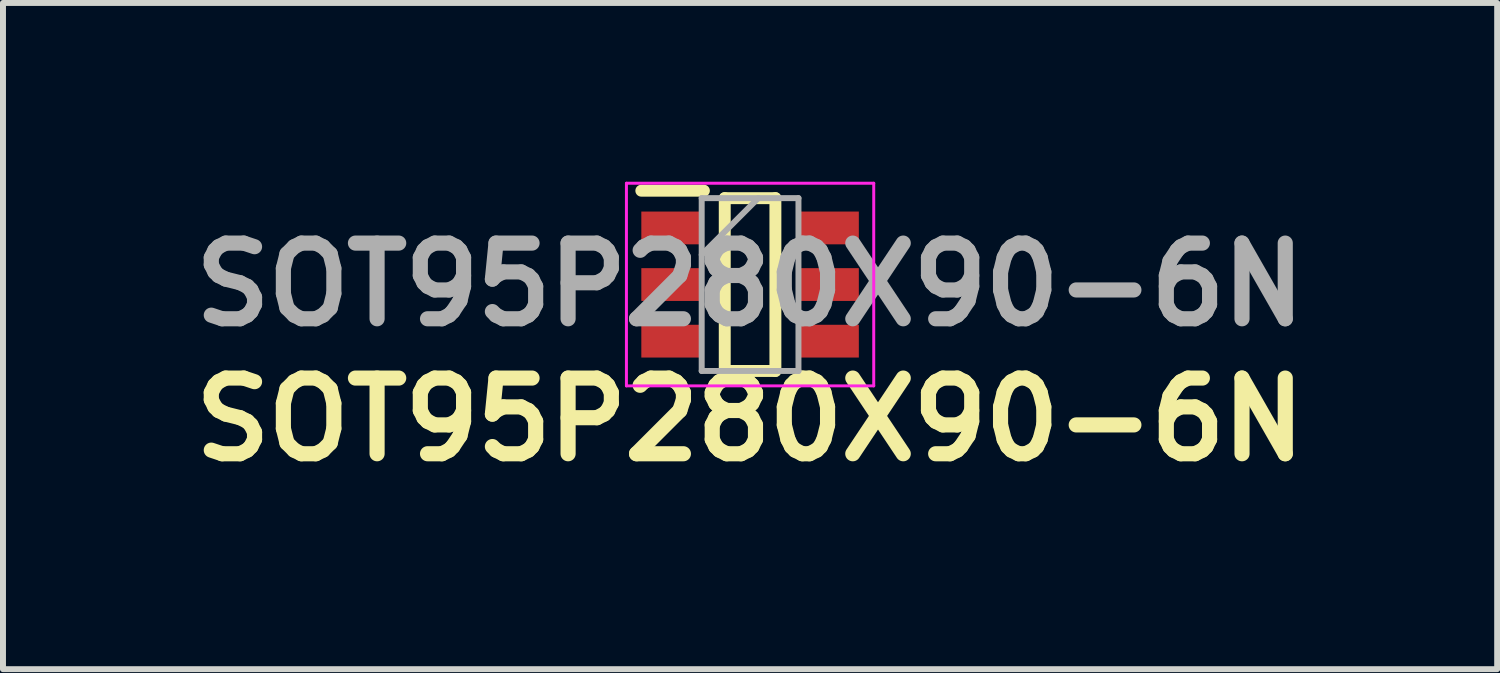
<source format=kicad_pcb>
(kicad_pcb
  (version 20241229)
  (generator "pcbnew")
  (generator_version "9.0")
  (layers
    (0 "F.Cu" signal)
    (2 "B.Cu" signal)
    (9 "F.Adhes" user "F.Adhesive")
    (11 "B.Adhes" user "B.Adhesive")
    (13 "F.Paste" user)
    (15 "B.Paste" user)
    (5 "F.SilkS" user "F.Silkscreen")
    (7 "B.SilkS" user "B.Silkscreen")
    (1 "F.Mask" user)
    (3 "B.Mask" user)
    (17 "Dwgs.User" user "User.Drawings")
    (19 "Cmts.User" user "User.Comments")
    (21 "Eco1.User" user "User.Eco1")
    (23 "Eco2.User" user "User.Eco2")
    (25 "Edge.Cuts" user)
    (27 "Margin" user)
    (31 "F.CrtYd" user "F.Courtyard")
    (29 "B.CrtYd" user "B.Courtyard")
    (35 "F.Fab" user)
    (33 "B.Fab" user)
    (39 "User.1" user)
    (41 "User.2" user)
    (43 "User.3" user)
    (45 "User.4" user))
  (footprint "SOT95P280X90-6N"
    (layer "F.Cu")
    (at 9.537 1.725)
    (property "Reference" "SOT95P280X90-6N" (at 0 2.265 0) (layer "F.SilkS") (effects (font (size 1.27 1.27) (thickness 0.254))))
    (attr smd)
    (fp_line (start -1.825 -1.575) (end -0.775 -1.575) (stroke (width 0.2) (type solid)) (layer "F.SilkS"))
    (fp_line (start -0.425 -1.45) (end 0.425 -1.45) (stroke (width 0.2) (type solid)) (layer "F.SilkS"))
    (fp_line (start -0.425 1.45) (end -0.425 -1.45) (stroke (width 0.2) (type solid)) (layer "F.SilkS"))
    (fp_line (start 0.425 -1.45) (end 0.425 1.45) (stroke (width 0.2) (type solid)) (layer "F.SilkS"))
    (fp_line (start 0.425 1.45) (end -0.425 1.45) (stroke (width 0.2) (type solid)) (layer "F.SilkS"))
    (fp_line (start -2.075 -1.7) (end 2.075 -1.7) (stroke (width 0.05) (type solid)) (layer "F.CrtYd"))
    (fp_line (start -2.075 1.7) (end -2.075 -1.7) (stroke (width 0.05) (type solid)) (layer "F.CrtYd"))
    (fp_line (start 2.075 -1.7) (end 2.075 1.7) (stroke (width 0.05) (type solid)) (layer "F.CrtYd"))
    (fp_line (start 2.075 1.7) (end -2.075 1.7) (stroke (width 0.05) (type solid)) (layer "F.CrtYd"))
    (fp_line (start -0.812 -1.45) (end 0.812 -1.45) (stroke (width 0.1) (type solid)) (layer "F.Fab"))
    (fp_line (start -0.812 -0.5) (end 0.138 -1.45) (stroke (width 0.1) (type solid)) (layer "F.Fab"))
    (fp_line (start -0.812 1.45) (end -0.812 -1.45) (stroke (width 0.1) (type solid)) (layer "F.Fab"))
    (fp_line (start 0.812 -1.45) (end 0.812 1.45) (stroke (width 0.1) (type solid)) (layer "F.Fab"))
    (fp_line (start 0.812 1.45) (end -0.812 1.45) (stroke (width 0.1) (type solid)) (layer "F.Fab"))
    (fp_text user "${REFERENCE}" (at 0 0 0) (layer "F.Fab") (effects (font (size 1.27 1.27) (thickness 0.254))))
    (pad "1" smd rect (at -1.3 -0.95 90) (size 0.55 1.05) (layers "F.Cu" "F.Mask" "F.Paste"))
    (pad "2" smd rect (at -1.3 0 90) (size 0.55 1.05) (layers "F.Cu" "F.Mask" "F.Paste"))
    (pad "3" smd rect (at -1.3 0.95 90) (size 0.55 1.05) (layers "F.Cu" "F.Mask" "F.Paste"))
    (pad "4" smd rect (at 1.3 0.95 90) (size 0.55 1.05) (layers "F.Cu" "F.Mask" "F.Paste"))
    (pad "5" smd rect (at 1.3 0 90) (size 0.55 1.05) (layers "F.Cu" "F.Mask" "F.Paste"))
    (pad "6" smd rect (at 1.3 -0.95 90) (size 0.55 1.05) (layers "F.Cu" "F.Mask" "F.Paste")))
  (gr_rect
    (start -3 -3)
    (end 22.074 8.179)
    (stroke (width 0.1) (type default))
    (fill no)
    (layer "Edge.Cuts")))
</source>
